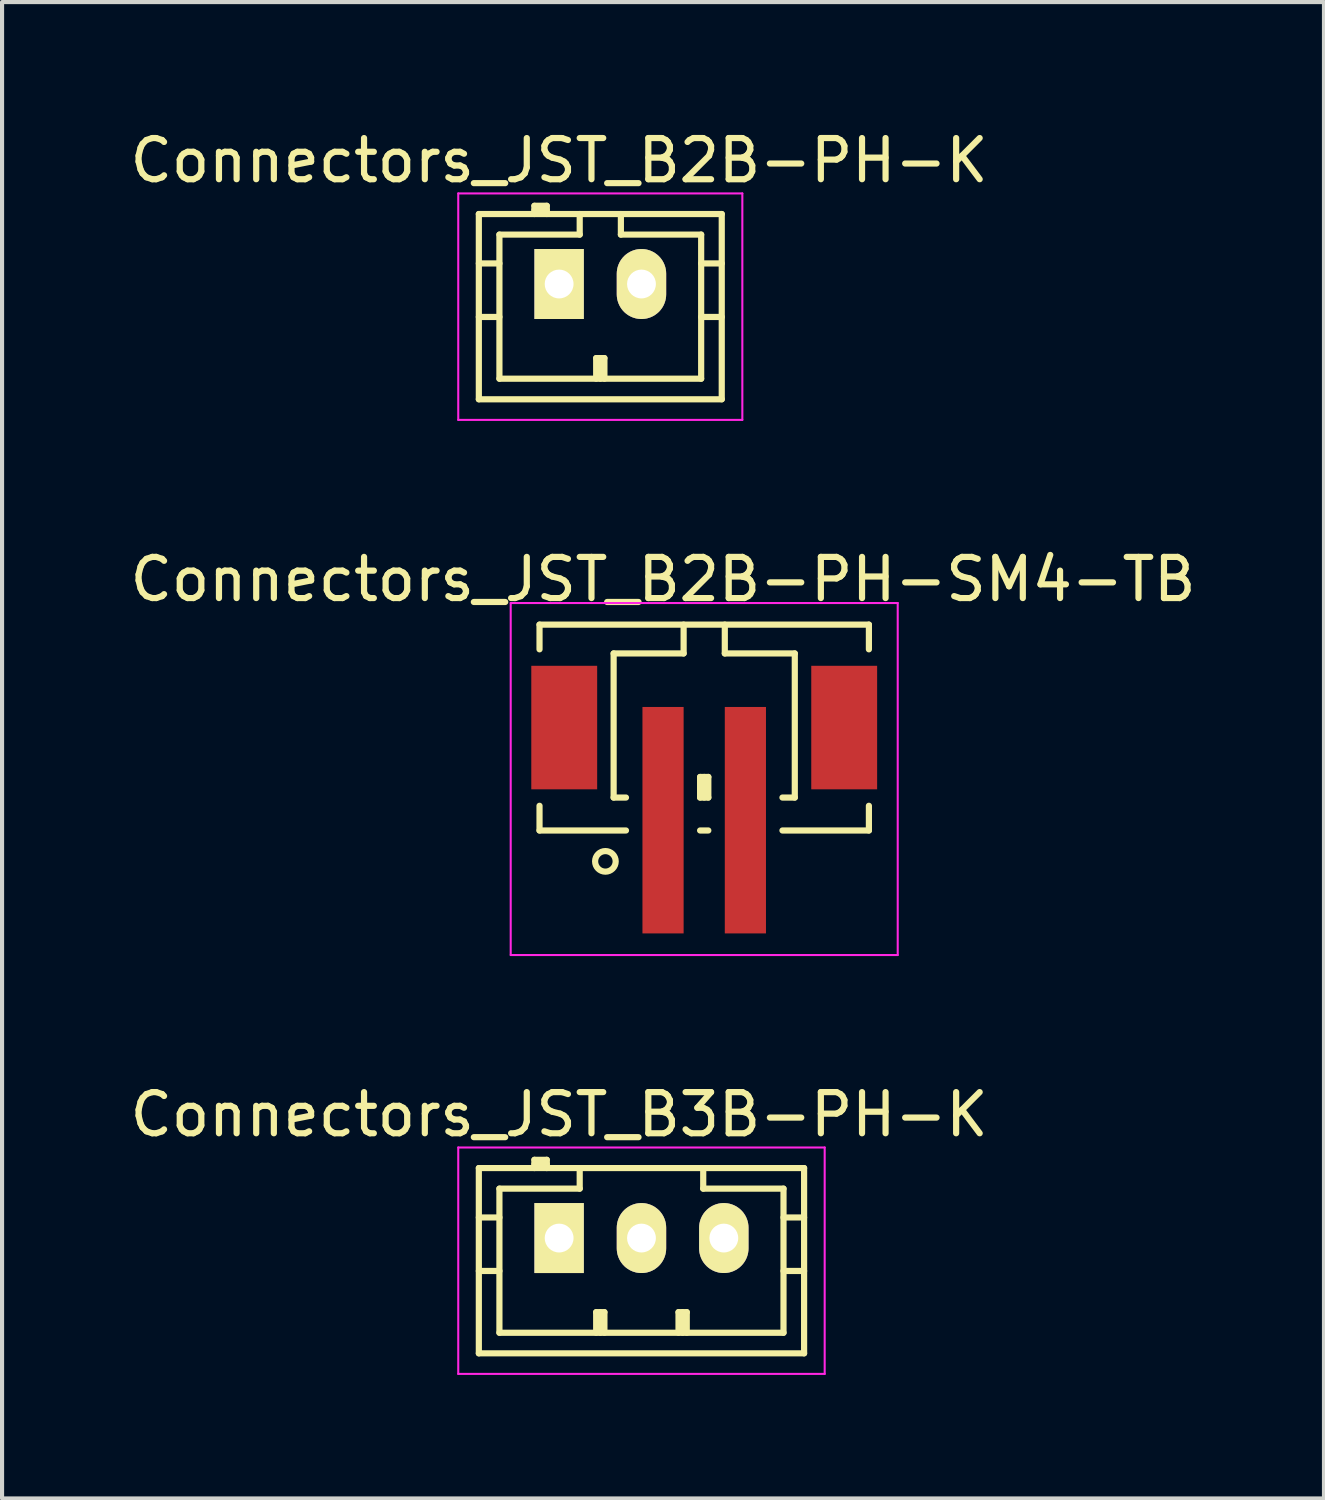
<source format=kicad_pcb>
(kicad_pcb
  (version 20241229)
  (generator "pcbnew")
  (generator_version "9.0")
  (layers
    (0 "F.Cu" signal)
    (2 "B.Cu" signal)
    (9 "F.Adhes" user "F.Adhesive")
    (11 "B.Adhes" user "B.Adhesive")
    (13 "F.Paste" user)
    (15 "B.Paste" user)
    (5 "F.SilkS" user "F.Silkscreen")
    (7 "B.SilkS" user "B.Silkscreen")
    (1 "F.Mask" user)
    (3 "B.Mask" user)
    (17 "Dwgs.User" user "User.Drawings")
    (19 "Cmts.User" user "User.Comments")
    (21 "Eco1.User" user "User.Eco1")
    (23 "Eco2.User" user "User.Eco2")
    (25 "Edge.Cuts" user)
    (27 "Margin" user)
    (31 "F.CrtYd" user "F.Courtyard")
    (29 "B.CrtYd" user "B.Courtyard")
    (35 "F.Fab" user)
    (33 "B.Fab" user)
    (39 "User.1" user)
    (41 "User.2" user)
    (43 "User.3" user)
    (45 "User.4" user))
  (footprint "Connectors_JST_B2B-PH-K"
    (layer "F.Cu")
    (at 10.53 3.848)
    (property "Reference" "Connectors_JST_B2B-PH-K" (at 0 -3 0) (layer "F.SilkS") (effects (font (size 1 1) (thickness 0.15))))
    (attr through_hole)
    (fp_line (start -1.95 -1.7) (end 3.95 -1.7) (stroke (width 0.15) (type solid)) (layer "F.SilkS"))
    (fp_line (start -1.95 -0.5) (end -1.45 -0.5) (stroke (width 0.15) (type solid)) (layer "F.SilkS"))
    (fp_line (start -1.95 0.8) (end -1.45 0.8) (stroke (width 0.15) (type solid)) (layer "F.SilkS"))
    (fp_line (start -1.95 2.8) (end -1.95 -1.7) (stroke (width 0.15) (type solid)) (layer "F.SilkS"))
    (fp_line (start -1.45 -1.2) (end -1.45 2.3) (stroke (width 0.15) (type solid)) (layer "F.SilkS"))
    (fp_line (start -1.45 2.3) (end 3.45 2.3) (stroke (width 0.15) (type solid)) (layer "F.SilkS"))
    (fp_line (start -0.6 -1.9) (end -0.6 -1.7) (stroke (width 0.15) (type solid)) (layer "F.SilkS"))
    (fp_line (start -0.3 -1.9) (end -0.6 -1.9) (stroke (width 0.15) (type solid)) (layer "F.SilkS"))
    (fp_line (start -0.3 -1.8) (end -0.6 -1.8) (stroke (width 0.15) (type solid)) (layer "F.SilkS"))
    (fp_line (start -0.3 -1.7) (end -0.3 -1.9) (stroke (width 0.15) (type solid)) (layer "F.SilkS"))
    (fp_line (start 0.5 -1.7) (end 0.5 -1.2) (stroke (width 0.15) (type solid)) (layer "F.SilkS"))
    (fp_line (start 0.5 -1.2) (end -1.45 -1.2) (stroke (width 0.15) (type solid)) (layer "F.SilkS"))
    (fp_line (start 0.9 1.8) (end 1.1 1.8) (stroke (width 0.15) (type solid)) (layer "F.SilkS"))
    (fp_line (start 0.9 2.3) (end 0.9 1.8) (stroke (width 0.15) (type solid)) (layer "F.SilkS"))
    (fp_line (start 1 2.3) (end 1 1.8) (stroke (width 0.15) (type solid)) (layer "F.SilkS"))
    (fp_line (start 1.1 1.8) (end 1.1 2.3) (stroke (width 0.15) (type solid)) (layer "F.SilkS"))
    (fp_line (start 1.5 -1.2) (end 1.5 -1.7) (stroke (width 0.15) (type solid)) (layer "F.SilkS"))
    (fp_line (start 3.45 -1.2) (end 1.5 -1.2) (stroke (width 0.15) (type solid)) (layer "F.SilkS"))
    (fp_line (start 3.45 -0.5) (end 3.95 -0.5) (stroke (width 0.15) (type solid)) (layer "F.SilkS"))
    (fp_line (start 3.45 0.8) (end 3.95 0.8) (stroke (width 0.15) (type solid)) (layer "F.SilkS"))
    (fp_line (start 3.45 2.3) (end 3.45 -1.2) (stroke (width 0.15) (type solid)) (layer "F.SilkS"))
    (fp_line (start 3.95 -1.7) (end 3.95 2.8) (stroke (width 0.15) (type solid)) (layer "F.SilkS"))
    (fp_line (start 3.95 2.8) (end -1.95 2.8) (stroke (width 0.15) (type solid)) (layer "F.SilkS"))
    (fp_line (start -2.45 -2.2) (end 4.45 -2.2) (stroke (width 0.05) (type solid)) (layer "F.CrtYd"))
    (fp_line (start -2.45 3.3) (end -2.45 -2.2) (stroke (width 0.05) (type solid)) (layer "F.CrtYd"))
    (fp_line (start 4.45 -2.2) (end 4.45 3.3) (stroke (width 0.05) (type solid)) (layer "F.CrtYd"))
    (fp_line (start 4.45 3.3) (end -2.45 3.3) (stroke (width 0.05) (type solid)) (layer "F.CrtYd"))
    (pad "1" thru_hole rect (at 0 0) (size 1.2 1.7) (drill 0.7) (layers "*.Cu" "*.Mask" "F.SilkS"))
    (pad "2" thru_hole oval (at 2 0) (size 1.2 1.7) (drill 0.7) (layers "*.Cu" "*.Mask" "F.SilkS")))
  (footprint "Connectors_JST_B2B-PH-SM4-TB"
    (layer "F.Cu")
    (at 14.054 15.746)
    (property "Reference" "Connectors_JST_B2B-PH-SM4-TB" (at -1 -4.725 0) (layer "F.SilkS") (effects (font (size 1 1) (thickness 0.15))))
    (attr smd)
    (fp_line (start -4 -3.625) (end 4 -3.625) (stroke (width 0.15) (type solid)) (layer "F.SilkS"))
    (fp_line (start -4 -3.025) (end -4 -3.625) (stroke (width 0.15) (type solid)) (layer "F.SilkS"))
    (fp_line (start -4 0.775) (end -4 1.375) (stroke (width 0.15) (type solid)) (layer "F.SilkS"))
    (fp_line (start -4 1.375) (end -1.9 1.375) (stroke (width 0.15) (type solid)) (layer "F.SilkS"))
    (fp_line (start -2.2 -2.925) (end -2.2 0.575) (stroke (width 0.15) (type solid)) (layer "F.SilkS"))
    (fp_line (start -2.2 0.575) (end -1.9 0.575) (stroke (width 0.15) (type solid)) (layer "F.SilkS"))
    (fp_line (start -0.5 -3.625) (end -0.5 -2.925) (stroke (width 0.15) (type solid)) (layer "F.SilkS"))
    (fp_line (start -0.5 -2.925) (end -2.2 -2.925) (stroke (width 0.15) (type solid)) (layer "F.SilkS"))
    (fp_line (start -0.1 0.075) (end 0.1 0.075) (stroke (width 0.15) (type solid)) (layer "F.SilkS"))
    (fp_line (start -0.1 0.575) (end -0.1 0.075) (stroke (width 0.15) (type solid)) (layer "F.SilkS"))
    (fp_line (start -0.1 0.575) (end 0.1 0.575) (stroke (width 0.15) (type solid)) (layer "F.SilkS"))
    (fp_line (start -0.1 1.375) (end 0.1 1.375) (stroke (width 0.15) (type solid)) (layer "F.SilkS"))
    (fp_line (start 0 0.575) (end 0 0.075) (stroke (width 0.15) (type solid)) (layer "F.SilkS"))
    (fp_line (start 0.1 0.075) (end 0.1 0.575) (stroke (width 0.15) (type solid)) (layer "F.SilkS"))
    (fp_line (start 0.5 -3.625) (end 0.5 -2.925) (stroke (width 0.15) (type solid)) (layer "F.SilkS"))
    (fp_line (start 0.5 -2.925) (end 2.2 -2.925) (stroke (width 0.15) (type solid)) (layer "F.SilkS"))
    (fp_line (start 2.2 -2.925) (end 2.2 0.575) (stroke (width 0.15) (type solid)) (layer "F.SilkS"))
    (fp_line (start 2.2 0.575) (end 1.9 0.575) (stroke (width 0.15) (type solid)) (layer "F.SilkS"))
    (fp_line (start 4 -3.625) (end 4 -3.025) (stroke (width 0.15) (type solid)) (layer "F.SilkS"))
    (fp_line (start 4 0.775) (end 4 1.375) (stroke (width 0.15) (type solid)) (layer "F.SilkS"))
    (fp_line (start 4 1.375) (end 1.9 1.375) (stroke (width 0.15) (type solid)) (layer "F.SilkS"))
    (fp_circle (center -2.4 2.125) (end -2.15 2.125) (stroke (width 0.15) (type solid)) (fill no) (layer "F.SilkS"))
    (fp_line (start -4.7 -4.15) (end 4.7 -4.15) (stroke (width 0.05) (type solid)) (layer "F.CrtYd"))
    (fp_line (start -4.7 4.4) (end -4.7 -4.15) (stroke (width 0.05) (type solid)) (layer "F.CrtYd"))
    (fp_line (start 4.7 -4.15) (end 4.7 4.4) (stroke (width 0.05) (type solid)) (layer "F.CrtYd"))
    (fp_line (start 4.7 4.4) (end -4.7 4.4) (stroke (width 0.05) (type solid)) (layer "F.CrtYd"))
    (pad "" smd rect (at -3.4 -1.125) (size 1.6 3) (layers "F.Cu" "F.Mask" "F.Paste"))
    (pad "" smd rect (at 3.4 -1.125) (size 1.6 3) (layers "F.Cu" "F.Mask" "F.Paste"))
    (pad "1" smd rect (at -1 1.125) (size 1 5.5) (layers "F.Cu" "F.Mask" "F.Paste"))
    (pad "2" smd rect (at 1 1.125) (size 1 5.5) (layers "F.Cu" "F.Mask" "F.Paste")))
  (footprint "Connectors_JST_B3B-PH-K"
    (layer "F.Cu")
    (at 10.53 27.02)
    (property "Reference" "Connectors_JST_B3B-PH-K" (at 0 -3 0) (layer "F.SilkS") (effects (font (size 1 1) (thickness 0.15))))
    (attr through_hole)
    (fp_line (start -1.95 -1.7) (end 5.95 -1.7) (stroke (width 0.15) (type solid)) (layer "F.SilkS"))
    (fp_line (start -1.95 -0.5) (end -1.45 -0.5) (stroke (width 0.15) (type solid)) (layer "F.SilkS"))
    (fp_line (start -1.95 0.8) (end -1.45 0.8) (stroke (width 0.15) (type solid)) (layer "F.SilkS"))
    (fp_line (start -1.95 2.8) (end -1.95 -1.7) (stroke (width 0.15) (type solid)) (layer "F.SilkS"))
    (fp_line (start -1.45 -1.2) (end -1.45 2.3) (stroke (width 0.15) (type solid)) (layer "F.SilkS"))
    (fp_line (start -1.45 2.3) (end 5.45 2.3) (stroke (width 0.15) (type solid)) (layer "F.SilkS"))
    (fp_line (start -0.6 -1.9) (end -0.6 -1.7) (stroke (width 0.15) (type solid)) (layer "F.SilkS"))
    (fp_line (start -0.3 -1.9) (end -0.6 -1.9) (stroke (width 0.15) (type solid)) (layer "F.SilkS"))
    (fp_line (start -0.3 -1.8) (end -0.6 -1.8) (stroke (width 0.15) (type solid)) (layer "F.SilkS"))
    (fp_line (start -0.3 -1.7) (end -0.3 -1.9) (stroke (width 0.15) (type solid)) (layer "F.SilkS"))
    (fp_line (start 0.5 -1.7) (end 0.5 -1.2) (stroke (width 0.15) (type solid)) (layer "F.SilkS"))
    (fp_line (start 0.5 -1.2) (end -1.45 -1.2) (stroke (width 0.15) (type solid)) (layer "F.SilkS"))
    (fp_line (start 0.9 1.8) (end 1.1 1.8) (stroke (width 0.15) (type solid)) (layer "F.SilkS"))
    (fp_line (start 0.9 2.3) (end 0.9 1.8) (stroke (width 0.15) (type solid)) (layer "F.SilkS"))
    (fp_line (start 1 2.3) (end 1 1.8) (stroke (width 0.15) (type solid)) (layer "F.SilkS"))
    (fp_line (start 1.1 1.8) (end 1.1 2.3) (stroke (width 0.15) (type solid)) (layer "F.SilkS"))
    (fp_line (start 2.9 1.8) (end 3.1 1.8) (stroke (width 0.15) (type solid)) (layer "F.SilkS"))
    (fp_line (start 2.9 2.3) (end 2.9 1.8) (stroke (width 0.15) (type solid)) (layer "F.SilkS"))
    (fp_line (start 3 2.3) (end 3 1.8) (stroke (width 0.15) (type solid)) (layer "F.SilkS"))
    (fp_line (start 3.1 1.8) (end 3.1 2.3) (stroke (width 0.15) (type solid)) (layer "F.SilkS"))
    (fp_line (start 3.5 -1.2) (end 3.5 -1.7) (stroke (width 0.15) (type solid)) (layer "F.SilkS"))
    (fp_line (start 5.45 -1.2) (end 3.5 -1.2) (stroke (width 0.15) (type solid)) (layer "F.SilkS"))
    (fp_line (start 5.45 -0.5) (end 5.95 -0.5) (stroke (width 0.15) (type solid)) (layer "F.SilkS"))
    (fp_line (start 5.45 0.8) (end 5.95 0.8) (stroke (width 0.15) (type solid)) (layer "F.SilkS"))
    (fp_line (start 5.45 2.3) (end 5.45 -1.2) (stroke (width 0.15) (type solid)) (layer "F.SilkS"))
    (fp_line (start 5.95 -1.7) (end 5.95 2.8) (stroke (width 0.15) (type solid)) (layer "F.SilkS"))
    (fp_line (start 5.95 2.8) (end -1.95 2.8) (stroke (width 0.15) (type solid)) (layer "F.SilkS"))
    (fp_line (start -2.45 -2.2) (end 6.45 -2.2) (stroke (width 0.05) (type solid)) (layer "F.CrtYd"))
    (fp_line (start -2.45 3.3) (end -2.45 -2.2) (stroke (width 0.05) (type solid)) (layer "F.CrtYd"))
    (fp_line (start 6.45 -2.2) (end 6.45 3.3) (stroke (width 0.05) (type solid)) (layer "F.CrtYd"))
    (fp_line (start 6.45 3.3) (end -2.45 3.3) (stroke (width 0.05) (type solid)) (layer "F.CrtYd"))
    (pad "1" thru_hole rect (at 0 0) (size 1.2 1.7) (drill 0.7) (layers "*.Cu" "*.Mask" "F.SilkS"))
    (pad "2" thru_hole oval (at 2 0) (size 1.2 1.7) (drill 0.7) (layers "*.Cu" "*.Mask" "F.SilkS"))
    (pad "3" thru_hole oval (at 4 0) (size 1.2 1.7) (drill 0.7) (layers "*.Cu" "*.Mask" "F.SilkS")))
  (gr_rect
    (start -3 -3)
    (end 29.107 33.345)
    (stroke (width 0.1) (type default))
    (fill no)
    (layer "Edge.Cuts")))
</source>
